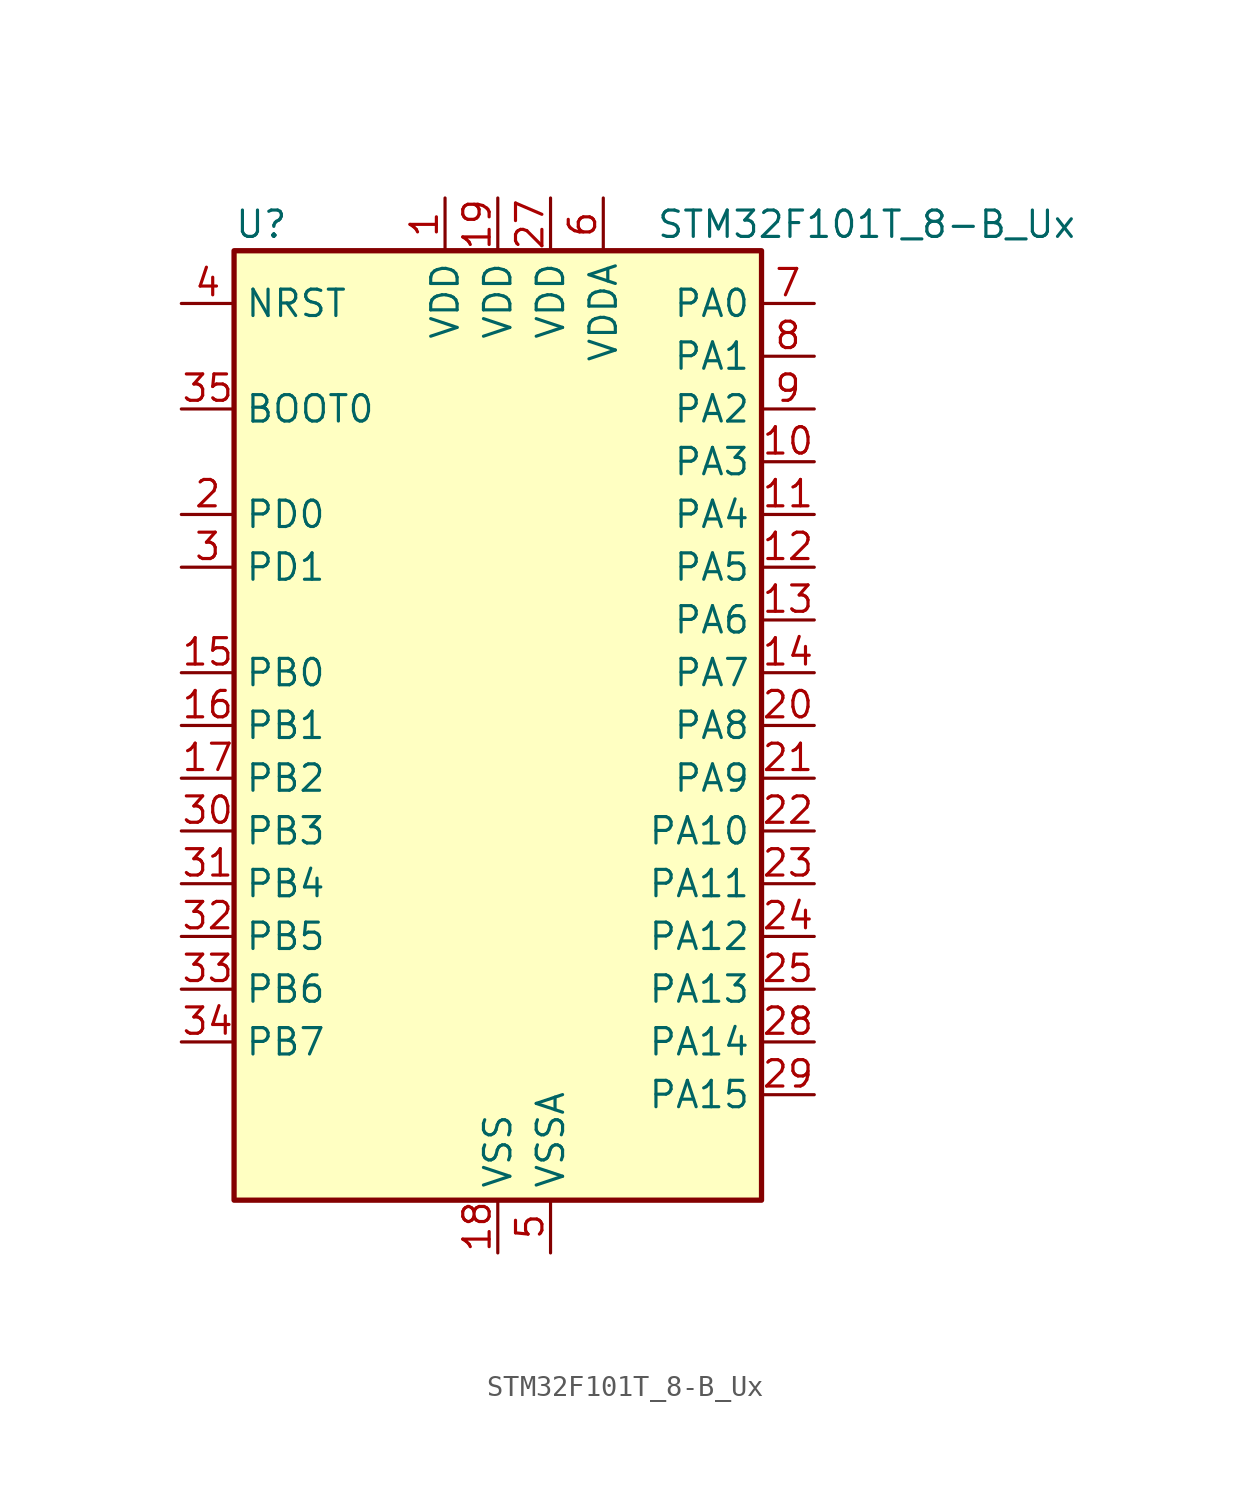
<source format=kicad_sym>
(kicad_symbol_lib
  (version 20220914)
  (generator kicad_symbol_editor)
  (symbol "STM32F101T_8-B_Ux"
    (property "Reference" "U"
      (at -12.7 24.13 0)
      (effects (font (size 1.27 1.27)) (justify left)))
    (property "Value" "STM32F101T_8-B_Ux"
      (at 7.62 24.13 0)
      (effects (font (size 1.27 1.27)) (justify left)))
    (property "ki_locked" ""
      (at 0 0 0)
      (effects (font (size 1.27 1.27))))
    (symbol "STM32F101T_8-B_Ux_0_1"
      (rectangle (start -12.7 -22.86) (end 12.7 22.86) (stroke (width 0.254) (type default)) (fill (type background))))
    (symbol "STM32F101T_8-B_Ux_1_1"
      (pin power_in line (at -2.54 25.4 270) (length 2.54) (name "VDD" (effects (font (size 1.27 1.27)))) (number "1" (effects (font (size 1.27 1.27)))))
      (pin bidirectional line (at 15.24 12.7 180) (length 2.54) (name "PA3" (effects (font (size 1.27 1.27)))) (number "10" (effects (font (size 1.27 1.27)))) (alternate "ADC1_IN3" bidirectional line) (alternate "TIM2_CH4" bidirectional line) (alternate "USART2_RX" bidirectional line))
      (pin bidirectional line (at 15.24 10.16 180) (length 2.54) (name "PA4" (effects (font (size 1.27 1.27)))) (number "11" (effects (font (size 1.27 1.27)))) (alternate "ADC1_IN4" bidirectional line) (alternate "SPI1_NSS" bidirectional line) (alternate "USART2_CK" bidirectional line))
      (pin bidirectional line (at 15.24 7.62 180) (length 2.54) (name "PA5" (effects (font (size 1.27 1.27)))) (number "12" (effects (font (size 1.27 1.27)))) (alternate "ADC1_IN5" bidirectional line) (alternate "SPI1_SCK" bidirectional line))
      (pin bidirectional line (at 15.24 5.08 180) (length 2.54) (name "PA6" (effects (font (size 1.27 1.27)))) (number "13" (effects (font (size 1.27 1.27)))) (alternate "ADC1_IN6" bidirectional line) (alternate "SPI1_MISO" bidirectional line) (alternate "TIM3_CH1" bidirectional line))
      (pin bidirectional line (at 15.24 2.54 180) (length 2.54) (name "PA7" (effects (font (size 1.27 1.27)))) (number "14" (effects (font (size 1.27 1.27)))) (alternate "ADC1_IN7" bidirectional line) (alternate "SPI1_MOSI" bidirectional line) (alternate "TIM3_CH2" bidirectional line))
      (pin bidirectional line (at -15.24 2.54 0) (length 2.54) (name "PB0" (effects (font (size 1.27 1.27)))) (number "15" (effects (font (size 1.27 1.27)))) (alternate "ADC1_IN8" bidirectional line) (alternate "TIM3_CH3" bidirectional line))
      (pin bidirectional line (at -15.24 0 0) (length 2.54) (name "PB1" (effects (font (size 1.27 1.27)))) (number "16" (effects (font (size 1.27 1.27)))) (alternate "ADC1_IN9" bidirectional line) (alternate "TIM3_CH4" bidirectional line))
      (pin bidirectional line (at -15.24 -2.54 0) (length 2.54) (name "PB2" (effects (font (size 1.27 1.27)))) (number "17" (effects (font (size 1.27 1.27)))))
      (pin power_in line (at 0 -25.4 90) (length 2.54) (name "VSS" (effects (font (size 1.27 1.27)))) (number "18" (effects (font (size 1.27 1.27)))))
      (pin power_in line (at 0 25.4 270) (length 2.54) (name "VDD" (effects (font (size 1.27 1.27)))) (number "19" (effects (font (size 1.27 1.27)))))
      (pin bidirectional line (at -15.24 10.16 0) (length 2.54) (name "PD0" (effects (font (size 1.27 1.27)))) (number "2" (effects (font (size 1.27 1.27)))) (alternate "RCC_OSC_IN" bidirectional line))
      (pin bidirectional line (at 15.24 0 180) (length 2.54) (name "PA8" (effects (font (size 1.27 1.27)))) (number "20" (effects (font (size 1.27 1.27)))) (alternate "RCC_MCO" bidirectional line) (alternate "USART1_CK" bidirectional line))
      (pin bidirectional line (at 15.24 -2.54 180) (length 2.54) (name "PA9" (effects (font (size 1.27 1.27)))) (number "21" (effects (font (size 1.27 1.27)))) (alternate "USART1_TX" bidirectional line))
      (pin bidirectional line (at 15.24 -5.08 180) (length 2.54) (name "PA10" (effects (font (size 1.27 1.27)))) (number "22" (effects (font (size 1.27 1.27)))) (alternate "USART1_RX" bidirectional line))
      (pin bidirectional line (at 15.24 -7.62 180) (length 2.54) (name "PA11" (effects (font (size 1.27 1.27)))) (number "23" (effects (font (size 1.27 1.27)))) (alternate "ADC1_EXTI11" bidirectional line) (alternate "USART1_CTS" bidirectional line))
      (pin bidirectional line (at 15.24 -10.16 180) (length 2.54) (name "PA12" (effects (font (size 1.27 1.27)))) (number "24" (effects (font (size 1.27 1.27)))) (alternate "USART1_RTS" bidirectional line))
      (pin bidirectional line (at 15.24 -12.7 180) (length 2.54) (name "PA13" (effects (font (size 1.27 1.27)))) (number "25" (effects (font (size 1.27 1.27)))) (alternate "SYS_JTMS-SWDIO" bidirectional line))
      (pin passive line (at 0 -25.4 90) (length 2.54) hide (name "VSS" (effects (font (size 1.27 1.27)))) (number "26" (effects (font (size 1.27 1.27)))))
      (pin power_in line (at 2.54 25.4 270) (length 2.54) (name "VDD" (effects (font (size 1.27 1.27)))) (number "27" (effects (font (size 1.27 1.27)))))
      (pin bidirectional line (at 15.24 -15.24 180) (length 2.54) (name "PA14" (effects (font (size 1.27 1.27)))) (number "28" (effects (font (size 1.27 1.27)))) (alternate "SYS_JTCK-SWCLK" bidirectional line))
      (pin bidirectional line (at 15.24 -17.78 180) (length 2.54) (name "PA15" (effects (font (size 1.27 1.27)))) (number "29" (effects (font (size 1.27 1.27)))) (alternate "ADC1_EXTI15" bidirectional line) (alternate "SPI1_NSS" bidirectional line) (alternate "SYS_JTDI" bidirectional line) (alternate "TIM2_CH1" bidirectional line) (alternate "TIM2_ETR" bidirectional line))
      (pin bidirectional line (at -15.24 7.62 0) (length 2.54) (name "PD1" (effects (font (size 1.27 1.27)))) (number "3" (effects (font (size 1.27 1.27)))) (alternate "RCC_OSC_OUT" bidirectional line))
      (pin bidirectional line (at -15.24 -5.08 0) (length 2.54) (name "PB3" (effects (font (size 1.27 1.27)))) (number "30" (effects (font (size 1.27 1.27)))) (alternate "SPI1_SCK" bidirectional line) (alternate "SYS_JTDO-TRACESWO" bidirectional line) (alternate "TIM2_CH2" bidirectional line))
      (pin bidirectional line (at -15.24 -7.62 0) (length 2.54) (name "PB4" (effects (font (size 1.27 1.27)))) (number "31" (effects (font (size 1.27 1.27)))) (alternate "SPI1_MISO" bidirectional line) (alternate "SYS_NJTRST" bidirectional line) (alternate "TIM3_CH1" bidirectional line))
      (pin bidirectional line (at -15.24 -10.16 0) (length 2.54) (name "PB5" (effects (font (size 1.27 1.27)))) (number "32" (effects (font (size 1.27 1.27)))) (alternate "I2C1_SMBA" bidirectional line) (alternate "SPI1_MOSI" bidirectional line) (alternate "TIM3_CH2" bidirectional line))
      (pin bidirectional line (at -15.24 -12.7 0) (length 2.54) (name "PB6" (effects (font (size 1.27 1.27)))) (number "33" (effects (font (size 1.27 1.27)))) (alternate "I2C1_SCL" bidirectional line) (alternate "TIM4_CH1" bidirectional line) (alternate "USART1_TX" bidirectional line))
      (pin bidirectional line (at -15.24 -15.24 0) (length 2.54) (name "PB7" (effects (font (size 1.27 1.27)))) (number "34" (effects (font (size 1.27 1.27)))) (alternate "I2C1_SDA" bidirectional line) (alternate "TIM4_CH2" bidirectional line) (alternate "USART1_RX" bidirectional line))
      (pin input line (at -15.24 15.24 0) (length 2.54) (name "BOOT0" (effects (font (size 1.27 1.27)))) (number "35" (effects (font (size 1.27 1.27)))))
      (pin passive line (at 0 -25.4 90) (length 2.54) hide (name "VSS" (effects (font (size 1.27 1.27)))) (number "36" (effects (font (size 1.27 1.27)))))
      (pin passive line (at 0 -25.4 90) (length 2.54) hide (name "VSS" (effects (font (size 1.27 1.27)))) (number "37" (effects (font (size 1.27 1.27)))))
      (pin input line (at -15.24 20.32 0) (length 2.54) (name "NRST" (effects (font (size 1.27 1.27)))) (number "4" (effects (font (size 1.27 1.27)))))
      (pin power_in line (at 2.54 -25.4 90) (length 2.54) (name "VSSA" (effects (font (size 1.27 1.27)))) (number "5" (effects (font (size 1.27 1.27)))))
      (pin power_in line (at 5.08 25.4 270) (length 2.54) (name "VDDA" (effects (font (size 1.27 1.27)))) (number "6" (effects (font (size 1.27 1.27)))))
      (pin bidirectional line (at 15.24 20.32 180) (length 2.54) (name "PA0" (effects (font (size 1.27 1.27)))) (number "7" (effects (font (size 1.27 1.27)))) (alternate "ADC1_IN0" bidirectional line) (alternate "SYS_WKUP" bidirectional line) (alternate "TIM2_CH1" bidirectional line) (alternate "TIM2_ETR" bidirectional line) (alternate "USART2_CTS" bidirectional line))
      (pin bidirectional line (at 15.24 17.78 180) (length 2.54) (name "PA1" (effects (font (size 1.27 1.27)))) (number "8" (effects (font (size 1.27 1.27)))) (alternate "ADC1_IN1" bidirectional line) (alternate "TIM2_CH2" bidirectional line) (alternate "USART2_RTS" bidirectional line))
      (pin bidirectional line (at 15.24 15.24 180) (length 2.54) (name "PA2" (effects (font (size 1.27 1.27)))) (number "9" (effects (font (size 1.27 1.27)))) (alternate "ADC1_IN2" bidirectional line) (alternate "TIM2_CH3" bidirectional line) (alternate "USART2_TX" bidirectional line)))))
</source>
